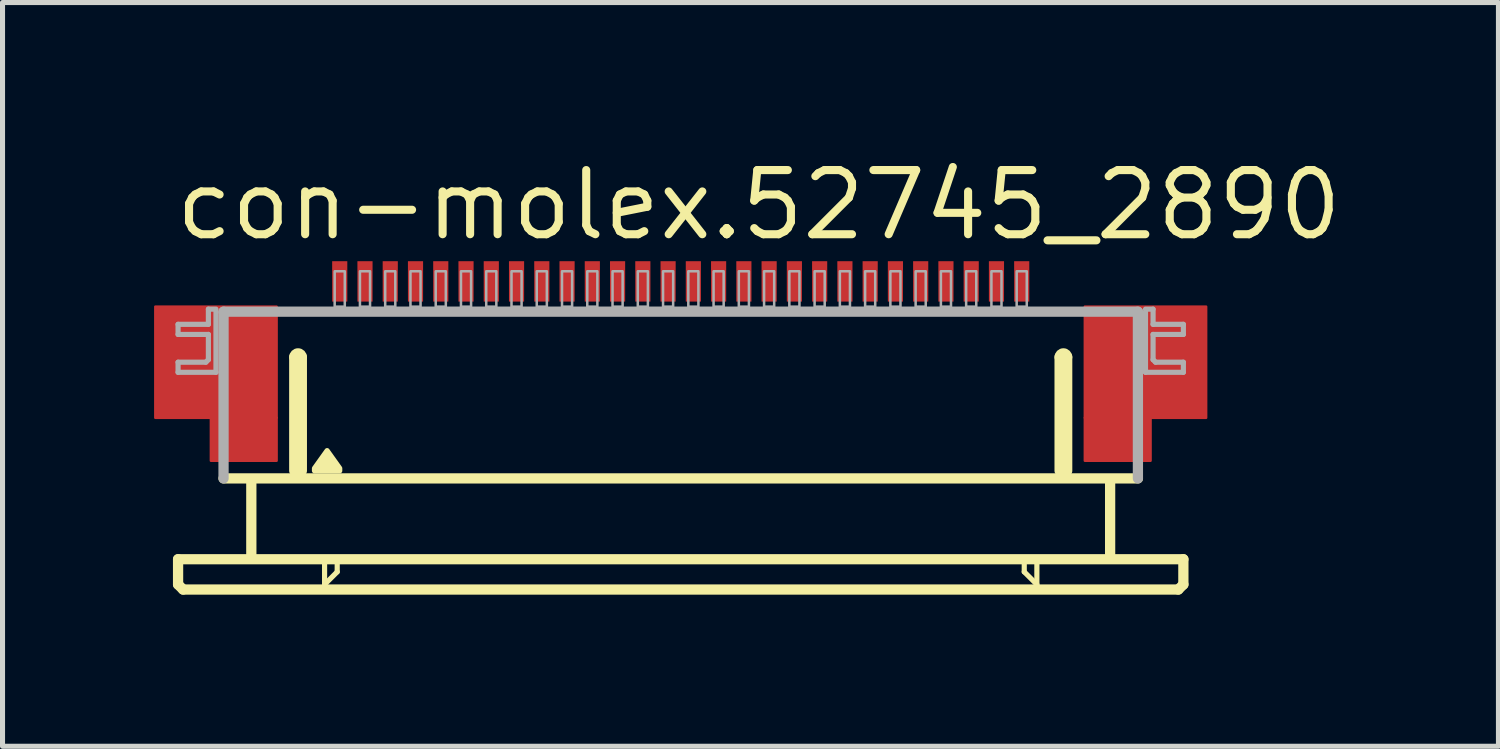
<source format=kicad_pcb>
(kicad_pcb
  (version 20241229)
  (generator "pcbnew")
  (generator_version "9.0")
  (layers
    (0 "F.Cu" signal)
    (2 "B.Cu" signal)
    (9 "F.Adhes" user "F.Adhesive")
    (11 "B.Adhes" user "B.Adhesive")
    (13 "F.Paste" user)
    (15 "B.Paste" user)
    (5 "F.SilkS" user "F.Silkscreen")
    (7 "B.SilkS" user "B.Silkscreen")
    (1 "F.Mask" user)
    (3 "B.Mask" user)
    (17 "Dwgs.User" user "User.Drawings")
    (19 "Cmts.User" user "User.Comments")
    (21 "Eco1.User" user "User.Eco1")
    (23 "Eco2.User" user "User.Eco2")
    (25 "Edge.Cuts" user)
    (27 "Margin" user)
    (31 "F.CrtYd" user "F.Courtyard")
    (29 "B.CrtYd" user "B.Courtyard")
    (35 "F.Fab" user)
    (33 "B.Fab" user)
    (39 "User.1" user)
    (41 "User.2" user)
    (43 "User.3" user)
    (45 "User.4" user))
  (footprint "con-molex.52745_2890"
    (layer "F.Cu")
    (at 10.425 5.02)
    (property "Reference" "con-molex.52745_2890" (at -10.08 -3.27 0) (layer "F.SilkS") (effects (font (size 1.27 1.27) (thickness 0.16)) (justify left bottom)))
    (attr smd)
    (fp_rect (start -10.4 0.2) (end -8 -2) (stroke (width 0.05) (type default)) (fill yes) (layer "F.Cu"))
    (fp_rect (start -9.3 1.05) (end -8 0.2) (stroke (width 0.05) (type default)) (fill yes) (layer "F.Cu"))
    (fp_rect (start 8 0.2) (end 10.4 -2) (stroke (width 0.05) (type default)) (fill yes) (layer "F.Cu"))
    (fp_rect (start 8 1.05) (end 9.3 0.2) (stroke (width 0.05) (type default)) (fill yes) (layer "F.Cu"))
    (fp_rect (start -10.4 0.2) (end -9.25 -2) (stroke (width 0.05) (type default)) (fill yes) (layer "F.Mask"))
    (fp_rect (start -9.3 1.05) (end -8 -2) (stroke (width 0.05) (type default)) (fill yes) (layer "F.Mask"))
    (fp_rect (start 8 1.05) (end 9.3 -2) (stroke (width 0.05) (type default)) (fill yes) (layer "F.Mask"))
    (fp_rect (start 9.25 0.2) (end 10.4 -2) (stroke (width 0.05) (type default)) (fill yes) (layer "F.Mask"))
    (fp_line (start -9.95 3) (end -9.95 3.5) (stroke (width 0.203) (type default)) (layer "F.SilkS"))
    (fp_line (start -9.95 3.5) (end -9.85 3.6) (stroke (width 0.203) (type default)) (layer "F.SilkS"))
    (fp_line (start -9.85 3.6) (end 9.85 3.6) (stroke (width 0.203) (type default)) (layer "F.SilkS"))
    (fp_line (start -8.5 1.5) (end -8.5 2.9) (stroke (width 0.203) (type default)) (layer "F.SilkS"))
    (fp_line (start -7.65 1.25) (end -7.65 -1) (stroke (width 0.203) (type default)) (layer "F.SilkS"))
    (fp_line (start -7.5 -1) (end -7.5 1.25) (stroke (width 0.203) (type default)) (layer "F.SilkS"))
    (fp_line (start -7.05 3.1) (end -7.05 3.5) (stroke (width 0.102) (type default)) (layer "F.SilkS"))
    (fp_line (start -7.05 3.5) (end -6.8 3.25) (stroke (width 0.102) (type default)) (layer "F.SilkS"))
    (fp_line (start -6.8 3.25) (end -6.8 3.1) (stroke (width 0.102) (type default)) (layer "F.SilkS"))
    (fp_line (start 6.8 3.1) (end 6.8 3.25) (stroke (width 0.102) (type default)) (layer "F.SilkS"))
    (fp_line (start 6.8 3.25) (end 7.05 3.5) (stroke (width 0.102) (type default)) (layer "F.SilkS"))
    (fp_line (start 7.05 3.5) (end 7.05 3.1) (stroke (width 0.102) (type default)) (layer "F.SilkS"))
    (fp_line (start 7.5 1.25) (end 7.5 -1) (stroke (width 0.203) (type default)) (layer "F.SilkS"))
    (fp_line (start 7.65 -1) (end 7.65 1.25) (stroke (width 0.203) (type default)) (layer "F.SilkS"))
    (fp_line (start 8.5 1.5) (end 8.5 2.9) (stroke (width 0.203) (type default)) (layer "F.SilkS"))
    (fp_line (start 9.05 1.4) (end -9.05 1.4) (stroke (width 0.203) (type default)) (layer "F.SilkS"))
    (fp_line (start 9.85 3.6) (end 9.95 3.5) (stroke (width 0.203) (type default)) (layer "F.SilkS"))
    (fp_line (start 9.95 3) (end -9.95 3) (stroke (width 0.203) (type default)) (layer "F.SilkS"))
    (fp_line (start 9.95 3.5) (end 9.95 3) (stroke (width 0.203) (type default)) (layer "F.SilkS"))
    (fp_arc (start -7.65 -1) (mid -7.575 -1.075) (end -7.5 -1) (stroke (width 0.2032) (type default)) (layer "F.SilkS"))
    (fp_arc (start 7.5 -1) (mid 7.575 -1.075) (end 7.65 -1) (stroke (width 0.2032) (type default)) (layer "F.SilkS"))
    (fp_poly (pts (xy -7.25 1.25) (xy -7.25 1.2) (xy -7 0.85) (xy -6.75 1.2) (xy -6.75 1.25)) (stroke (width 0.102) (type default)) (fill yes) (layer "F.SilkS"))
    (fp_rect (start -10.2 0.05) (end -8.2 -1.85) (stroke (width 0.05) (type default)) (fill yes) (layer "F.Paste"))
    (fp_rect (start 8.2 0.05) (end 10.2 -1.85) (stroke (width 0.05) (type default)) (fill yes) (layer "F.Paste"))
    (fp_line (start -9.95 -1.65) (end -9.95 -1.45) (stroke (width 0.102) (type default)) (layer "F.Fab"))
    (fp_line (start -9.95 -1.45) (end -9.35 -1.45) (stroke (width 0.102) (type default)) (layer "F.Fab"))
    (fp_line (start -9.95 -0.9) (end -9.95 -0.7) (stroke (width 0.102) (type default)) (layer "F.Fab"))
    (fp_line (start -9.95 -0.7) (end -9.2 -0.7) (stroke (width 0.102) (type default)) (layer "F.Fab"))
    (fp_line (start -9.4 -0.9) (end -9.95 -0.9) (stroke (width 0.102) (type default)) (layer "F.Fab"))
    (fp_line (start -9.35 -1.95) (end -9.35 -1.65) (stroke (width 0.102) (type default)) (layer "F.Fab"))
    (fp_line (start -9.35 -1.65) (end -9.95 -1.65) (stroke (width 0.102) (type default)) (layer "F.Fab"))
    (fp_line (start -9.35 -1.45) (end -9.35 -0.95) (stroke (width 0.102) (type default)) (layer "F.Fab"))
    (fp_line (start -9.35 -0.95) (end -9.4 -0.9) (stroke (width 0.102) (type default)) (layer "F.Fab"))
    (fp_line (start -9.2 -1.95) (end -9.35 -1.95) (stroke (width 0.102) (type default)) (layer "F.Fab"))
    (fp_line (start -9.2 -0.7) (end -9.2 -1.9) (stroke (width 0.102) (type default)) (layer "F.Fab"))
    (fp_line (start -9.05 -1.9) (end 9.05 -1.9) (stroke (width 0.203) (type default)) (layer "F.Fab"))
    (fp_line (start -9.05 1.4) (end -9.05 -1.9) (stroke (width 0.203) (type default)) (layer "F.Fab"))
    (fp_line (start 9.05 -1.9) (end 9.05 1.4) (stroke (width 0.203) (type default)) (layer "F.Fab"))
    (fp_line (start 9.2 -1.95) (end 9.35 -1.95) (stroke (width 0.102) (type default)) (layer "F.Fab"))
    (fp_line (start 9.2 -0.7) (end 9.2 -1.9) (stroke (width 0.102) (type default)) (layer "F.Fab"))
    (fp_line (start 9.35 -1.95) (end 9.35 -1.65) (stroke (width 0.102) (type default)) (layer "F.Fab"))
    (fp_line (start 9.35 -1.65) (end 9.95 -1.65) (stroke (width 0.102) (type default)) (layer "F.Fab"))
    (fp_line (start 9.35 -1.45) (end 9.35 -0.95) (stroke (width 0.102) (type default)) (layer "F.Fab"))
    (fp_line (start 9.35 -0.95) (end 9.4 -0.9) (stroke (width 0.102) (type default)) (layer "F.Fab"))
    (fp_line (start 9.4 -0.9) (end 9.95 -0.9) (stroke (width 0.102) (type default)) (layer "F.Fab"))
    (fp_line (start 9.95 -1.65) (end 9.95 -1.45) (stroke (width 0.102) (type default)) (layer "F.Fab"))
    (fp_line (start 9.95 -1.45) (end 9.35 -1.45) (stroke (width 0.102) (type default)) (layer "F.Fab"))
    (fp_line (start 9.95 -0.9) (end 9.95 -0.7) (stroke (width 0.102) (type default)) (layer "F.Fab"))
    (fp_line (start 9.95 -0.7) (end 9.2 -0.7) (stroke (width 0.102) (type default)) (layer "F.Fab"))
    (fp_rect (start -6.85 -2) (end -6.65 -2.7) (stroke (width 0.05) (type default)) (fill no) (layer "F.Fab"))
    (fp_rect (start -6.35 -2) (end -6.15 -2.7) (stroke (width 0.05) (type default)) (fill no) (layer "F.Fab"))
    (fp_rect (start -5.85 -2) (end -5.65 -2.7) (stroke (width 0.05) (type default)) (fill no) (layer "F.Fab"))
    (fp_rect (start -5.35 -2) (end -5.15 -2.7) (stroke (width 0.05) (type default)) (fill no) (layer "F.Fab"))
    (fp_rect (start -4.85 -2) (end -4.65 -2.7) (stroke (width 0.05) (type default)) (fill no) (layer "F.Fab"))
    (fp_rect (start -4.35 -2) (end -4.15 -2.7) (stroke (width 0.05) (type default)) (fill no) (layer "F.Fab"))
    (fp_rect (start -3.85 -2) (end -3.65 -2.7) (stroke (width 0.05) (type default)) (fill no) (layer "F.Fab"))
    (fp_rect (start -3.35 -2) (end -3.15 -2.7) (stroke (width 0.05) (type default)) (fill no) (layer "F.Fab"))
    (fp_rect (start -2.85 -2) (end -2.65 -2.7) (stroke (width 0.05) (type default)) (fill no) (layer "F.Fab"))
    (fp_rect (start -2.35 -2) (end -2.15 -2.7) (stroke (width 0.05) (type default)) (fill no) (layer "F.Fab"))
    (fp_rect (start -1.85 -2) (end -1.65 -2.7) (stroke (width 0.05) (type default)) (fill no) (layer "F.Fab"))
    (fp_rect (start -1.35 -2) (end -1.15 -2.7) (stroke (width 0.05) (type default)) (fill no) (layer "F.Fab"))
    (fp_rect (start -0.85 -2) (end -0.65 -2.7) (stroke (width 0.05) (type default)) (fill no) (layer "F.Fab"))
    (fp_rect (start -0.35 -2) (end -0.15 -2.7) (stroke (width 0.05) (type default)) (fill no) (layer "F.Fab"))
    (fp_rect (start 0.15 -2) (end 0.35 -2.7) (stroke (width 0.05) (type default)) (fill no) (layer "F.Fab"))
    (fp_rect (start 0.65 -2) (end 0.85 -2.7) (stroke (width 0.05) (type default)) (fill no) (layer "F.Fab"))
    (fp_rect (start 1.15 -2) (end 1.35 -2.7) (stroke (width 0.05) (type default)) (fill no) (layer "F.Fab"))
    (fp_rect (start 1.65 -2) (end 1.85 -2.7) (stroke (width 0.05) (type default)) (fill no) (layer "F.Fab"))
    (fp_rect (start 2.15 -2) (end 2.35 -2.7) (stroke (width 0.05) (type default)) (fill no) (layer "F.Fab"))
    (fp_rect (start 2.65 -2) (end 2.85 -2.7) (stroke (width 0.05) (type default)) (fill no) (layer "F.Fab"))
    (fp_rect (start 3.15 -2) (end 3.35 -2.7) (stroke (width 0.05) (type default)) (fill no) (layer "F.Fab"))
    (fp_rect (start 3.65 -2) (end 3.85 -2.7) (stroke (width 0.05) (type default)) (fill no) (layer "F.Fab"))
    (fp_rect (start 4.15 -2) (end 4.35 -2.7) (stroke (width 0.05) (type default)) (fill no) (layer "F.Fab"))
    (fp_rect (start 4.65 -2) (end 4.85 -2.7) (stroke (width 0.05) (type default)) (fill no) (layer "F.Fab"))
    (fp_rect (start 5.15 -2) (end 5.35 -2.7) (stroke (width 0.05) (type default)) (fill no) (layer "F.Fab"))
    (fp_rect (start 5.65 -2) (end 5.85 -2.7) (stroke (width 0.05) (type default)) (fill no) (layer "F.Fab"))
    (fp_rect (start 6.15 -2) (end 6.35 -2.7) (stroke (width 0.05) (type default)) (fill no) (layer "F.Fab"))
    (fp_rect (start 6.65 -2) (end 6.85 -2.7) (stroke (width 0.05) (type default)) (fill no) (layer "F.Fab"))
    (pad "1" smd roundrect (at -6.75 -2.5) (size 0.3 0.8) (layers "F.Cu" "F.Mask" "F.Paste") (roundrect_rratio 0.01))
    (pad "2" smd roundrect (at -6.25 -2.5) (size 0.3 0.8) (layers "F.Cu" "F.Mask" "F.Paste") (roundrect_rratio 0.01))
    (pad "3" smd roundrect (at -5.75 -2.5) (size 0.3 0.8) (layers "F.Cu" "F.Mask" "F.Paste") (roundrect_rratio 0.01))
    (pad "4" smd roundrect (at -5.25 -2.5) (size 0.3 0.8) (layers "F.Cu" "F.Mask" "F.Paste") (roundrect_rratio 0.01))
    (pad "5" smd roundrect (at -4.75 -2.5) (size 0.3 0.8) (layers "F.Cu" "F.Mask" "F.Paste") (roundrect_rratio 0.01))
    (pad "6" smd roundrect (at -4.25 -2.5) (size 0.3 0.8) (layers "F.Cu" "F.Mask" "F.Paste") (roundrect_rratio 0.01))
    (pad "7" smd roundrect (at -3.75 -2.5) (size 0.3 0.8) (layers "F.Cu" "F.Mask" "F.Paste") (roundrect_rratio 0.01))
    (pad "8" smd roundrect (at -3.25 -2.5) (size 0.3 0.8) (layers "F.Cu" "F.Mask" "F.Paste") (roundrect_rratio 0.01))
    (pad "9" smd roundrect (at -2.75 -2.5) (size 0.3 0.8) (layers "F.Cu" "F.Mask" "F.Paste") (roundrect_rratio 0.01))
    (pad "10" smd roundrect (at -2.25 -2.5) (size 0.3 0.8) (layers "F.Cu" "F.Mask" "F.Paste") (roundrect_rratio 0.01))
    (pad "11" smd roundrect (at -1.75 -2.5) (size 0.3 0.8) (layers "F.Cu" "F.Mask" "F.Paste") (roundrect_rratio 0.01))
    (pad "12" smd roundrect (at -1.25 -2.5) (size 0.3 0.8) (layers "F.Cu" "F.Mask" "F.Paste") (roundrect_rratio 0.01))
    (pad "13" smd roundrect (at -0.75 -2.5) (size 0.3 0.8) (layers "F.Cu" "F.Mask" "F.Paste") (roundrect_rratio 0.01))
    (pad "14" smd roundrect (at -0.25 -2.5) (size 0.3 0.8) (layers "F.Cu" "F.Mask" "F.Paste") (roundrect_rratio 0.01))
    (pad "15" smd roundrect (at 0.25 -2.5) (size 0.3 0.8) (layers "F.Cu" "F.Mask" "F.Paste") (roundrect_rratio 0.01))
    (pad "16" smd roundrect (at 0.75 -2.5) (size 0.3 0.8) (layers "F.Cu" "F.Mask" "F.Paste") (roundrect_rratio 0.01))
    (pad "17" smd roundrect (at 1.25 -2.5) (size 0.3 0.8) (layers "F.Cu" "F.Mask" "F.Paste") (roundrect_rratio 0.01))
    (pad "18" smd roundrect (at 1.75 -2.5) (size 0.3 0.8) (layers "F.Cu" "F.Mask" "F.Paste") (roundrect_rratio 0.01))
    (pad "19" smd roundrect (at 2.25 -2.5) (size 0.3 0.8) (layers "F.Cu" "F.Mask" "F.Paste") (roundrect_rratio 0.01))
    (pad "20" smd roundrect (at 2.75 -2.5) (size 0.3 0.8) (layers "F.Cu" "F.Mask" "F.Paste") (roundrect_rratio 0.01))
    (pad "21" smd roundrect (at 3.25 -2.5) (size 0.3 0.8) (layers "F.Cu" "F.Mask" "F.Paste") (roundrect_rratio 0.01))
    (pad "22" smd roundrect (at 3.75 -2.5) (size 0.3 0.8) (layers "F.Cu" "F.Mask" "F.Paste") (roundrect_rratio 0.01))
    (pad "23" smd roundrect (at 4.25 -2.5) (size 0.3 0.8) (layers "F.Cu" "F.Mask" "F.Paste") (roundrect_rratio 0.01))
    (pad "24" smd roundrect (at 4.75 -2.5) (size 0.3 0.8) (layers "F.Cu" "F.Mask" "F.Paste") (roundrect_rratio 0.01))
    (pad "25" smd roundrect (at 5.25 -2.5) (size 0.3 0.8) (layers "F.Cu" "F.Mask" "F.Paste") (roundrect_rratio 0.01))
    (pad "26" smd roundrect (at 5.75 -2.5) (size 0.3 0.8) (layers "F.Cu" "F.Mask" "F.Paste") (roundrect_rratio 0.01))
    (pad "27" smd roundrect (at 6.25 -2.5) (size 0.3 0.8) (layers "F.Cu" "F.Mask" "F.Paste") (roundrect_rratio 0.01))
    (pad "28" smd roundrect (at 6.75 -2.5) (size 0.3 0.8) (layers "F.Cu" "F.Mask" "F.Paste") (roundrect_rratio 0.01)))
  (gr_rect
    (start -3 -3)
    (end 26.612 11.722)
    (stroke (width 0.1) (type default))
    (fill no)
    (layer "Edge.Cuts")))
</source>
